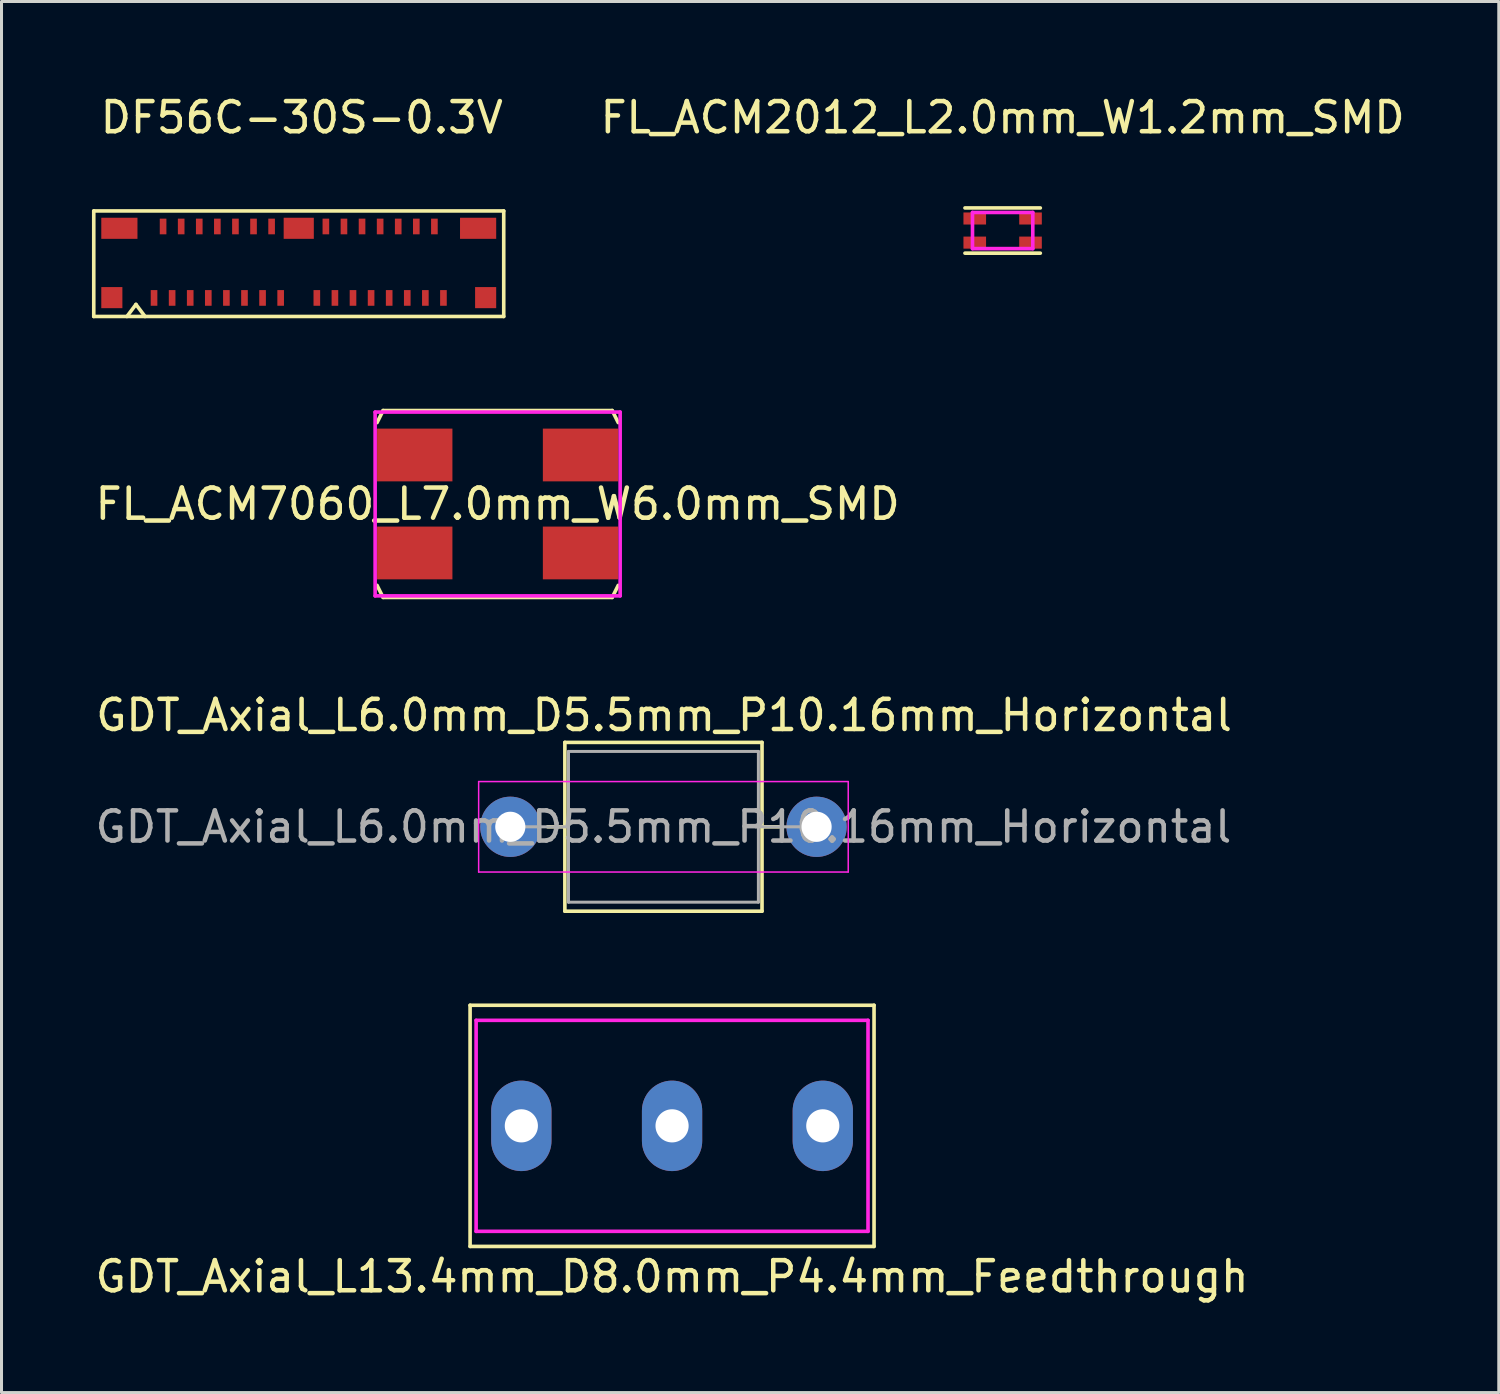
<source format=kicad_pcb>
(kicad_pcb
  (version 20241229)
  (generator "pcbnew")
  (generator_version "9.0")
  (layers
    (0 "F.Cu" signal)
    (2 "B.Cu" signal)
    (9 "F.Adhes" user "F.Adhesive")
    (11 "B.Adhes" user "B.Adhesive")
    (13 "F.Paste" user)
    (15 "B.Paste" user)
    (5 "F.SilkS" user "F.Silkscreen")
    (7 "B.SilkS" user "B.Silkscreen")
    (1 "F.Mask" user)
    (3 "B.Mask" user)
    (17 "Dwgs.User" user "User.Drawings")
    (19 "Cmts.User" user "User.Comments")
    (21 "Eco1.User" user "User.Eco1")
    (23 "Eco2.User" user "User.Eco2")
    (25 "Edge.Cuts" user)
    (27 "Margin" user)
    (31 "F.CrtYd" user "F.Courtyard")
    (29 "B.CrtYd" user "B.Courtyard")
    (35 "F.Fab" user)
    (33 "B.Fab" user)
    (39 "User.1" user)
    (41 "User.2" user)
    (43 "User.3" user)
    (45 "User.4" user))
  (footprint "GDT_Axial_L13.4mm_D8.0mm_P4.4mm_Feedthrough"
    (layer "F.Cu")
    (at 19.244 34.297)
    (property "Reference" "GDT_Axial_L13.4mm_D8.0mm_P4.4mm_Feedthrough" (at 0 5 0) (layer "F.SilkS") (effects (font (size 1 1) (thickness 0.15))))
    (attr through_hole)
    (fp_line (start -6.7 -4) (end 6.7 -4) (stroke (width 0.12) (type solid)) (layer "F.SilkS"))
    (fp_line (start -6.7 4) (end -6.7 -4) (stroke (width 0.12) (type solid)) (layer "F.SilkS"))
    (fp_line (start 6.7 -4) (end 6.7 4) (stroke (width 0.12) (type solid)) (layer "F.SilkS"))
    (fp_line (start 6.7 4) (end -6.7 4) (stroke (width 0.12) (type solid)) (layer "F.SilkS"))
    (fp_line (start -6.5 -3.5) (end -6.5 3.5) (stroke (width 0.12) (type solid)) (layer "F.CrtYd"))
    (fp_line (start -6.5 3.5) (end 6.5 3.5) (stroke (width 0.12) (type solid)) (layer "F.CrtYd"))
    (fp_line (start 6.5 -3.5) (end -6.5 -3.5) (stroke (width 0.12) (type solid)) (layer "F.CrtYd"))
    (fp_line (start 6.5 3.5) (end 6.5 -3.5) (stroke (width 0.12) (type solid)) (layer "F.CrtYd"))
    (pad "1" thru_hole oval (at -5 0) (size 2 3) (drill 1.1) (layers "*.Cu" "*.Mask"))
    (pad "2" thru_hole oval (at 0 0) (size 2 3) (drill 1.1) (layers "*.Cu" "*.Mask"))
    (pad "3" thru_hole oval (at 5 0) (size 2 3) (drill 1.1) (layers "*.Cu" "*.Mask")))
  (footprint "FL_ACM7060_L7.0mm_W6.0mm_SMD"
    (layer "F.Cu")
    (at 13.458 13.668)
    (property "Reference" "FL_ACM7060_L7.0mm_W6.0mm_SMD" (at 0 0 180) (layer "F.SilkS") (effects (font (size 1 1) (thickness 0.15))))
    (attr through_hole)
    (fp_line (start -3.8 -3.1) (end -4 -2.7) (stroke (width 0.12) (type solid)) (layer "F.SilkS"))
    (fp_line (start -3.8 -3.1) (end 3.8 -3.1) (stroke (width 0.12) (type solid)) (layer "F.SilkS"))
    (fp_line (start -3.8 3.1) (end -4 2.7) (stroke (width 0.12) (type solid)) (layer "F.SilkS"))
    (fp_line (start 3.8 -3.1) (end 4 -2.7) (stroke (width 0.12) (type solid)) (layer "F.SilkS"))
    (fp_line (start 3.8 3.1) (end -3.8 3.1) (stroke (width 0.12) (type solid)) (layer "F.SilkS"))
    (fp_line (start 3.8 3.1) (end 4 2.7) (stroke (width 0.12) (type solid)) (layer "F.SilkS"))
    (fp_line (start -4.064 -3.048) (end 4.064 -3.048) (stroke (width 0.12) (type solid)) (layer "F.CrtYd"))
    (fp_line (start -4.064 3.048) (end -4.064 -3.048) (stroke (width 0.12) (type solid)) (layer "F.CrtYd"))
    (fp_line (start 4.064 -3.048) (end 4.064 3.048) (stroke (width 0.12) (type solid)) (layer "F.CrtYd"))
    (fp_line (start 4.064 3.048) (end -4.064 3.048) (stroke (width 0.12) (type solid)) (layer "F.CrtYd"))
    (pad "1" smd rect (at -2.75 1.625 90) (size 1.75 2.5) (layers "F.Cu" "F.Mask" "F.Paste"))
    (pad "2" smd rect (at -2.75 -1.625 90) (size 1.75 2.5) (layers "F.Cu" "F.Mask" "F.Paste"))
    (pad "3" smd rect (at 2.75 -1.625 90) (size 1.75 2.5) (layers "F.Cu" "F.Mask" "F.Paste"))
    (pad "4" smd rect (at 2.75 1.625 90) (size 1.75 2.5) (layers "F.Cu" "F.Mask" "F.Paste")))
  (footprint "FL_ACM2012_L2.0mm_W1.2mm_SMD"
    (layer "F.Cu")
    (at 30.21 4.598)
    (property "Reference" "FL_ACM2012_L2.0mm_W1.2mm_SMD" (at 0 -3.75 180) (layer "F.SilkS") (effects (font (size 1 1) (thickness 0.15))))
    (attr through_hole)
    (fp_line (start -1.25 -0.75) (end 1.25 -0.75) (stroke (width 0.12) (type solid)) (layer "F.SilkS"))
    (fp_line (start 1.25 0.75) (end -1.25 0.75) (stroke (width 0.12) (type solid)) (layer "F.SilkS"))
    (fp_line (start -1 -0.6) (end 1 -0.6) (stroke (width 0.12) (type solid)) (layer "F.CrtYd"))
    (fp_line (start -1 0.6) (end -1 -0.6) (stroke (width 0.12) (type solid)) (layer "F.CrtYd"))
    (fp_line (start 1 -0.6) (end 1 0.6) (stroke (width 0.12) (type solid)) (layer "F.CrtYd"))
    (fp_line (start 1 0.6) (end -1 0.6) (stroke (width 0.12) (type solid)) (layer "F.CrtYd"))
    (pad "1" smd rect (at -0.925 0.4 90) (size 0.4 0.75) (layers "F.Cu" "F.Mask" "F.Paste"))
    (pad "2" smd rect (at -0.925 -0.4 90) (size 0.4 0.75) (layers "F.Cu" "F.Mask" "F.Paste"))
    (pad "3" smd rect (at 0.925 0.4 90) (size 0.4 0.75) (layers "F.Cu" "F.Mask" "F.Paste"))
    (pad "4" smd rect (at 0.925 -0.4 90) (size 0.4 0.75) (layers "F.Cu" "F.Mask" "F.Paste")))
  (footprint "GDT_Axial_L6.0mm_D5.5mm_P10.16mm_Horizontal"
    (layer "F.Cu")
    (at 13.878 24.377)
    (property "Reference" "GDT_Axial_L6.0mm_D5.5mm_P10.16mm_Horizontal" (at 5.1 -3.7 0) (layer "F.SilkS") (effects (font (size 1 1) (thickness 0.15))))
    (attr through_hole)
    (fp_line (start 1.24 0) (end 1.81 0) (stroke (width 0.12) (type solid)) (layer "F.SilkS"))
    (fp_line (start 1.81 -2.8) (end 1.81 2.8) (stroke (width 0.12) (type solid)) (layer "F.SilkS"))
    (fp_line (start 1.81 2.8) (end 8.35 2.8) (stroke (width 0.12) (type solid)) (layer "F.SilkS"))
    (fp_line (start 8.35 -2.8) (end 1.81 -2.8) (stroke (width 0.12) (type solid)) (layer "F.SilkS"))
    (fp_line (start 8.35 2.8) (end 8.35 -2.8) (stroke (width 0.12) (type solid)) (layer "F.SilkS"))
    (fp_line (start 8.92 0) (end 8.35 0) (stroke (width 0.12) (type solid)) (layer "F.SilkS"))
    (fp_line (start -1.05 -1.5) (end -1.05 1.5) (stroke (width 0.05) (type solid)) (layer "F.CrtYd"))
    (fp_line (start -1.05 1.5) (end 11.21 1.5) (stroke (width 0.05) (type solid)) (layer "F.CrtYd"))
    (fp_line (start 11.21 -1.5) (end -1.05 -1.5) (stroke (width 0.05) (type solid)) (layer "F.CrtYd"))
    (fp_line (start 11.21 1.5) (end 11.21 -1.5) (stroke (width 0.05) (type solid)) (layer "F.CrtYd"))
    (fp_line (start 0 0) (end 1.93 0) (stroke (width 0.1) (type solid)) (layer "F.Fab"))
    (fp_line (start 1.93 -2.5) (end 1.93 2.5) (stroke (width 0.1) (type solid)) (layer "F.Fab"))
    (fp_line (start 1.93 2.5) (end 8.23 2.5) (stroke (width 0.1) (type solid)) (layer "F.Fab"))
    (fp_line (start 8.23 -2.5) (end 1.93 -2.5) (stroke (width 0.1) (type solid)) (layer "F.Fab"))
    (fp_line (start 8.23 2.5) (end 8.23 -2.5) (stroke (width 0.1) (type solid)) (layer "F.Fab"))
    (fp_line (start 10.16 0) (end 8.23 0) (stroke (width 0.1) (type solid)) (layer "F.Fab"))
    (fp_text user "${REFERENCE}" (at 5.08 0 0) (layer "F.Fab") (effects (font (size 1 1) (thickness 0.15))))
    (pad "1" thru_hole circle (at 0 0) (size 2 2) (drill 1) (layers "*.Cu" "*.Mask"))
    (pad "2" thru_hole circle (at 10.16 0) (size 2 2) (drill 1) (layers "*.Cu" "*.Mask")))
  (footprint "DF56C-30S-0.3V"
    (layer "F.Cu")
    (at 6.86 5.648)
    (property "Reference" "DF56C-30S-0.3V" (at 0.1 -4.8 0) (layer "F.SilkS") (effects (font (size 1 1) (thickness 0.15))))
    (attr through_hole)
    (fp_line (start -6.8 -1.7) (end 6.8 -1.7) (stroke (width 0.12) (type solid)) (layer "F.SilkS"))
    (fp_line (start -6.8 1.8) (end -6.8 -1.7) (stroke (width 0.12) (type solid)) (layer "F.SilkS"))
    (fp_line (start -6.8 1.8) (end 6.8 1.8) (stroke (width 0.12) (type solid)) (layer "F.SilkS"))
    (fp_line (start -5.7 1.8) (end -5.4 1.4) (stroke (width 0.12) (type solid)) (layer "F.SilkS"))
    (fp_line (start -5.4 1.4) (end -5.1 1.8) (stroke (width 0.12) (type solid)) (layer "F.SilkS"))
    (fp_line (start 6.8 1.8) (end 6.8 -1.7) (stroke (width 0.12) (type solid)) (layer "F.SilkS"))
    (pad "1" smd rect (at -4.8 1.185) (size 0.22 0.52) (layers "F.Cu" "F.Mask" "F.Paste"))
    (pad "2" smd rect (at -4.5 -1.185) (size 0.22 0.52) (layers "F.Cu" "F.Mask" "F.Paste"))
    (pad "3" smd rect (at -4.2 1.185) (size 0.22 0.52) (layers "F.Cu" "F.Mask" "F.Paste"))
    (pad "4" smd rect (at -3.9 -1.185) (size 0.22 0.52) (layers "F.Cu" "F.Mask" "F.Paste"))
    (pad "5" smd rect (at -3.6 1.185) (size 0.22 0.52) (layers "F.Cu" "F.Mask" "F.Paste"))
    (pad "6" smd rect (at -3.3 -1.185) (size 0.22 0.52) (layers "F.Cu" "F.Mask" "F.Paste"))
    (pad "7" smd rect (at -3 1.185) (size 0.22 0.52) (layers "F.Cu" "F.Mask" "F.Paste"))
    (pad "8" smd rect (at -2.7 -1.185) (size 0.22 0.52) (layers "F.Cu" "F.Mask" "F.Paste"))
    (pad "9" smd rect (at -2.4 1.185) (size 0.22 0.52) (layers "F.Cu" "F.Mask" "F.Paste"))
    (pad "10" smd rect (at -2.1 -1.185) (size 0.22 0.52) (layers "F.Cu" "F.Mask" "F.Paste"))
    (pad "11" smd rect (at -1.8 1.185) (size 0.22 0.52) (layers "F.Cu" "F.Mask" "F.Paste"))
    (pad "12" smd rect (at -1.5 -1.185) (size 0.22 0.52) (layers "F.Cu" "F.Mask" "F.Paste"))
    (pad "13" smd rect (at -1.2 1.185) (size 0.22 0.52) (layers "F.Cu" "F.Mask" "F.Paste"))
    (pad "14" smd rect (at -0.9 -1.185) (size 0.22 0.52) (layers "F.Cu" "F.Mask" "F.Paste"))
    (pad "15" smd rect (at -0.6 1.185) (size 0.22 0.52) (layers "F.Cu" "F.Mask" "F.Paste"))
    (pad "16" smd rect (at 0.6 1.185) (size 0.22 0.52) (layers "F.Cu" "F.Mask" "F.Paste"))
    (pad "17" smd rect (at 0.9 -1.185) (size 0.22 0.52) (layers "F.Cu" "F.Mask" "F.Paste"))
    (pad "18" smd rect (at 1.2 1.185) (size 0.22 0.52) (layers "F.Cu" "F.Mask" "F.Paste"))
    (pad "19" smd rect (at 1.5 -1.185) (size 0.22 0.52) (layers "F.Cu" "F.Mask" "F.Paste"))
    (pad "20" smd rect (at 1.8 1.185) (size 0.22 0.52) (layers "F.Cu" "F.Mask" "F.Paste"))
    (pad "21" smd rect (at 2.1 -1.185) (size 0.22 0.52) (layers "F.Cu" "F.Mask" "F.Paste"))
    (pad "22" smd rect (at 2.4 1.185) (size 0.22 0.52) (layers "F.Cu" "F.Mask" "F.Paste"))
    (pad "23" smd rect (at 2.7 -1.185) (size 0.22 0.52) (layers "F.Cu" "F.Mask" "F.Paste"))
    (pad "24" smd rect (at 3 1.185) (size 0.22 0.52) (layers "F.Cu" "F.Mask" "F.Paste"))
    (pad "25" smd rect (at 3.3 -1.185) (size 0.22 0.52) (layers "F.Cu" "F.Mask" "F.Paste"))
    (pad "26" smd rect (at 3.6 1.185) (size 0.22 0.52) (layers "F.Cu" "F.Mask" "F.Paste"))
    (pad "27" smd rect (at 3.9 -1.185) (size 0.22 0.52) (layers "F.Cu" "F.Mask" "F.Paste"))
    (pad "28" smd rect (at 4.2 1.185) (size 0.22 0.52) (layers "F.Cu" "F.Mask" "F.Paste"))
    (pad "29" smd rect (at 4.5 -1.185) (size 0.22 0.52) (layers "F.Cu" "F.Mask" "F.Paste"))
    (pad "30" smd rect (at 4.8 1.185) (size 0.22 0.52) (layers "F.Cu" "F.Mask" "F.Paste"))
    (pad "SH" smd rect (at -6.2 1.175 180) (size 0.7 0.7) (layers "F.Cu" "F.Mask" "F.Paste"))
    (pad "SH" smd rect (at -5.95 -1.125 180) (size 1.2 0.7) (layers "F.Cu" "F.Mask" "F.Paste"))
    (pad "SH" smd rect (at 0 -1.125) (size 1 0.7) (layers "F.Cu" "F.Mask" "F.Paste"))
    (pad "SH" smd rect (at 5.95 -1.125) (size 1.2 0.7) (layers "F.Cu" "F.Mask" "F.Paste"))
    (pad "SH" smd rect (at 6.2 1.175) (size 0.7 0.7) (layers "F.Cu" "F.Mask" "F.Paste")))
  (gr_rect
    (start -3 -3)
    (end 46.668 43.145)
    (stroke (width 0.1) (type default))
    (fill no)
    (layer "Edge.Cuts")))
</source>
